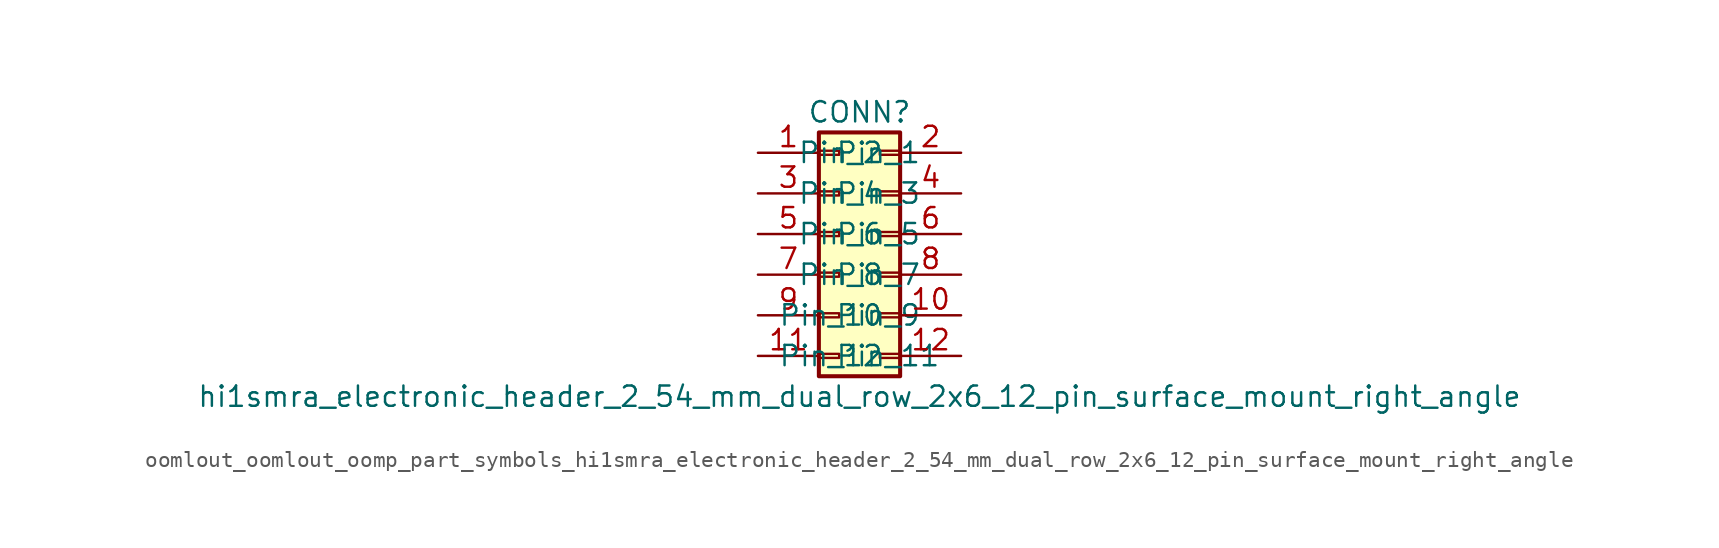
<source format=kicad_sym>
(kicad_symbol_lib
  (version 20220914)
  (generator kicad_symbol_editor)
  (symbol "oomlout_oomlout_oomp_part_symbols_hi1smra_electronic_header_2_54_mm_dual_row_2x6_12_pin_surface_mount_right_angle"
    (pin_names
      (offset 1.016))
    (property "Reference" "CONN"
      (at 1.27 7.62 0)
      (effects (font (size 1.27 1.27))))
    (property "Value" "hi1smra_electronic_header_2_54_mm_dual_row_2x6_12_pin_surface_mount_right_angle"
      (at 1.27 -10.16 0)
      (effects (font (size 1.27 1.27))))
    (symbol "oomlout_oomlout_oomp_part_symbols_hi1smra_electronic_header_2_54_mm_dual_row_2x6_12_pin_surface_mount_right_angle_1_1"
      (rectangle (start -1.27 -7.493) (end 0 -7.747) (stroke (width 0.152) (type default)) (fill (type none)))
      (rectangle (start -1.27 -4.953) (end 0 -5.207) (stroke (width 0.152) (type default)) (fill (type none)))
      (rectangle (start -1.27 -2.413) (end 0 -2.667) (stroke (width 0.152) (type default)) (fill (type none)))
      (rectangle (start -1.27 0.127) (end 0 -0.127) (stroke (width 0.152) (type default)) (fill (type none)))
      (rectangle (start -1.27 2.667) (end 0 2.413) (stroke (width 0.152) (type default)) (fill (type none)))
      (rectangle (start -1.27 5.207) (end 0 4.953) (stroke (width 0.152) (type default)) (fill (type none)))
      (rectangle (start -1.27 6.35) (end 3.81 -8.89) (stroke (width 0.254) (type default)) (fill (type background)))
      (rectangle (start 3.81 -7.493) (end 2.54 -7.747) (stroke (width 0.152) (type default)) (fill (type none)))
      (rectangle (start 3.81 -4.953) (end 2.54 -5.207) (stroke (width 0.152) (type default)) (fill (type none)))
      (rectangle (start 3.81 -2.413) (end 2.54 -2.667) (stroke (width 0.152) (type default)) (fill (type none)))
      (rectangle (start 3.81 0.127) (end 2.54 -0.127) (stroke (width 0.152) (type default)) (fill (type none)))
      (rectangle (start 3.81 2.667) (end 2.54 2.413) (stroke (width 0.152) (type default)) (fill (type none)))
      (rectangle (start 3.81 5.207) (end 2.54 4.953) (stroke (width 0.152) (type default)) (fill (type none)))
      (pin passive line (at -5.08 5.08 0) (length 3.81) (name "Pin_1" (effects (font (size 1.27 1.27)))) (number "1" (effects (font (size 1.27 1.27)))))
      (pin passive line (at 7.62 -5.08 180) (length 3.81) (name "Pin_10" (effects (font (size 1.27 1.27)))) (number "10" (effects (font (size 1.27 1.27)))))
      (pin passive line (at -5.08 -7.62 0) (length 3.81) (name "Pin_11" (effects (font (size 1.27 1.27)))) (number "11" (effects (font (size 1.27 1.27)))))
      (pin passive line (at 7.62 -7.62 180) (length 3.81) (name "Pin_12" (effects (font (size 1.27 1.27)))) (number "12" (effects (font (size 1.27 1.27)))))
      (pin passive line (at 7.62 5.08 180) (length 3.81) (name "Pin_2" (effects (font (size 1.27 1.27)))) (number "2" (effects (font (size 1.27 1.27)))))
      (pin passive line (at -5.08 2.54 0) (length 3.81) (name "Pin_3" (effects (font (size 1.27 1.27)))) (number "3" (effects (font (size 1.27 1.27)))))
      (pin passive line (at 7.62 2.54 180) (length 3.81) (name "Pin_4" (effects (font (size 1.27 1.27)))) (number "4" (effects (font (size 1.27 1.27)))))
      (pin passive line (at -5.08 0 0) (length 3.81) (name "Pin_5" (effects (font (size 1.27 1.27)))) (number "5" (effects (font (size 1.27 1.27)))))
      (pin passive line (at 7.62 0 180) (length 3.81) (name "Pin_6" (effects (font (size 1.27 1.27)))) (number "6" (effects (font (size 1.27 1.27)))))
      (pin passive line (at -5.08 -2.54 0) (length 3.81) (name "Pin_7" (effects (font (size 1.27 1.27)))) (number "7" (effects (font (size 1.27 1.27)))))
      (pin passive line (at 7.62 -2.54 180) (length 3.81) (name "Pin_8" (effects (font (size 1.27 1.27)))) (number "8" (effects (font (size 1.27 1.27)))))
      (pin passive line (at -5.08 -5.08 0) (length 3.81) (name "Pin_9" (effects (font (size 1.27 1.27)))) (number "9" (effects (font (size 1.27 1.27))))))))
</source>
